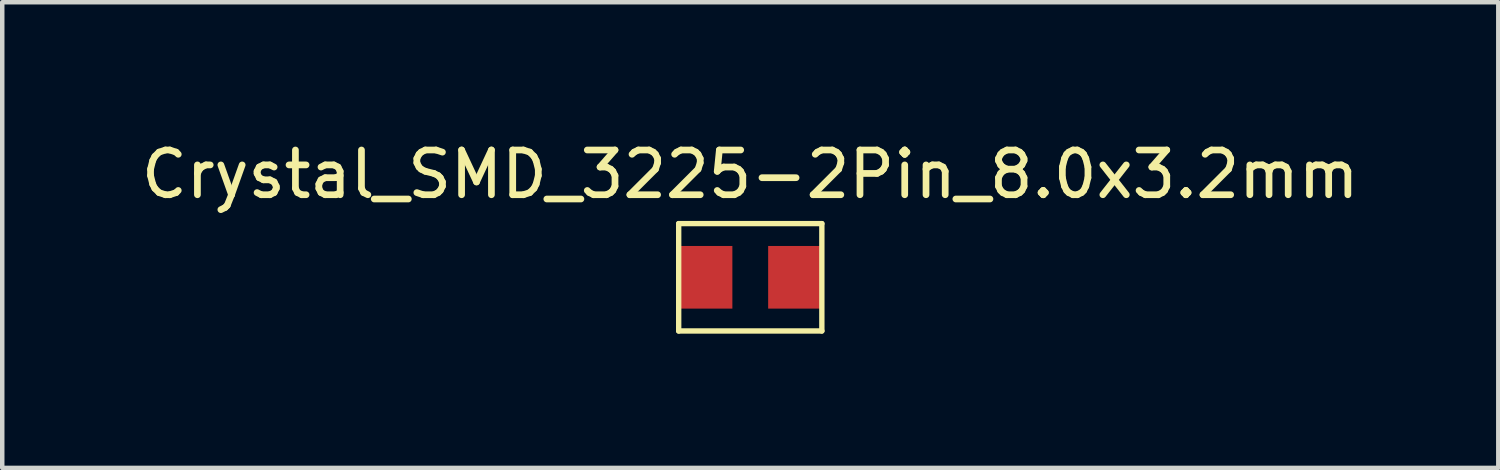
<source format=kicad_pcb>
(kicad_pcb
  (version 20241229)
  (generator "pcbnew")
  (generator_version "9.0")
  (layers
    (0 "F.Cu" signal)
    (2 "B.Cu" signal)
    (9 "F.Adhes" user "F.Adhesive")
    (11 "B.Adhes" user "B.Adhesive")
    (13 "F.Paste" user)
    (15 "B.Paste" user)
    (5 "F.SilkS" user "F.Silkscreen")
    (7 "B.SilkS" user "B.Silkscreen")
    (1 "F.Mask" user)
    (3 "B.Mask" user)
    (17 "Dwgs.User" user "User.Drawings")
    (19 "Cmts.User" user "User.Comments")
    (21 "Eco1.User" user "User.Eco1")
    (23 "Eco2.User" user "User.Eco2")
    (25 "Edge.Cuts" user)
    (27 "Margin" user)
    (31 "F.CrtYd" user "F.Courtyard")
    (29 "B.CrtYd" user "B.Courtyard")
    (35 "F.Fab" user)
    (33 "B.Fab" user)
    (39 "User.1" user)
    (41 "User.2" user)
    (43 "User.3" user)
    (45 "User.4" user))
  (footprint "Crystal_SMD_3225-2Pin_8.0x3.2mm"
    (layer "F.Cu")
    (at 13.72 3.148)
    (property "Reference" "Crystal_SMD_3225-2Pin_8.0x3.2mm" (at 0 -2.3 0) (layer "F.SilkS") (effects (font (size 1 1) (thickness 0.15))))
    (attr through_hole)
    (fp_line (start -1.6 -1.2) (end 1.6 -1.2) (stroke (width 0.12) (type solid)) (layer "F.SilkS"))
    (fp_line (start -1.6 1.2) (end -1.6 -1.2) (stroke (width 0.12) (type solid)) (layer "F.SilkS"))
    (fp_line (start 1.6 -1.2) (end 1.6 1.2) (stroke (width 0.12) (type solid)) (layer "F.SilkS"))
    (fp_line (start 1.6 1.2) (end -1.6 1.2) (stroke (width 0.12) (type solid)) (layer "F.SilkS"))
    (pad "1" smd rect (at -1 0) (size 1.2 1.4) (layers "F.Cu" "F.Mask" "F.Paste"))
    (pad "2" smd rect (at 1 0) (size 1.2 1.4) (layers "F.Cu" "F.Mask" "F.Paste")))
  (gr_rect
    (start -3 -3)
    (end 30.44 7.408)
    (stroke (width 0.1) (type default))
    (fill no)
    (layer "Edge.Cuts")))
</source>
